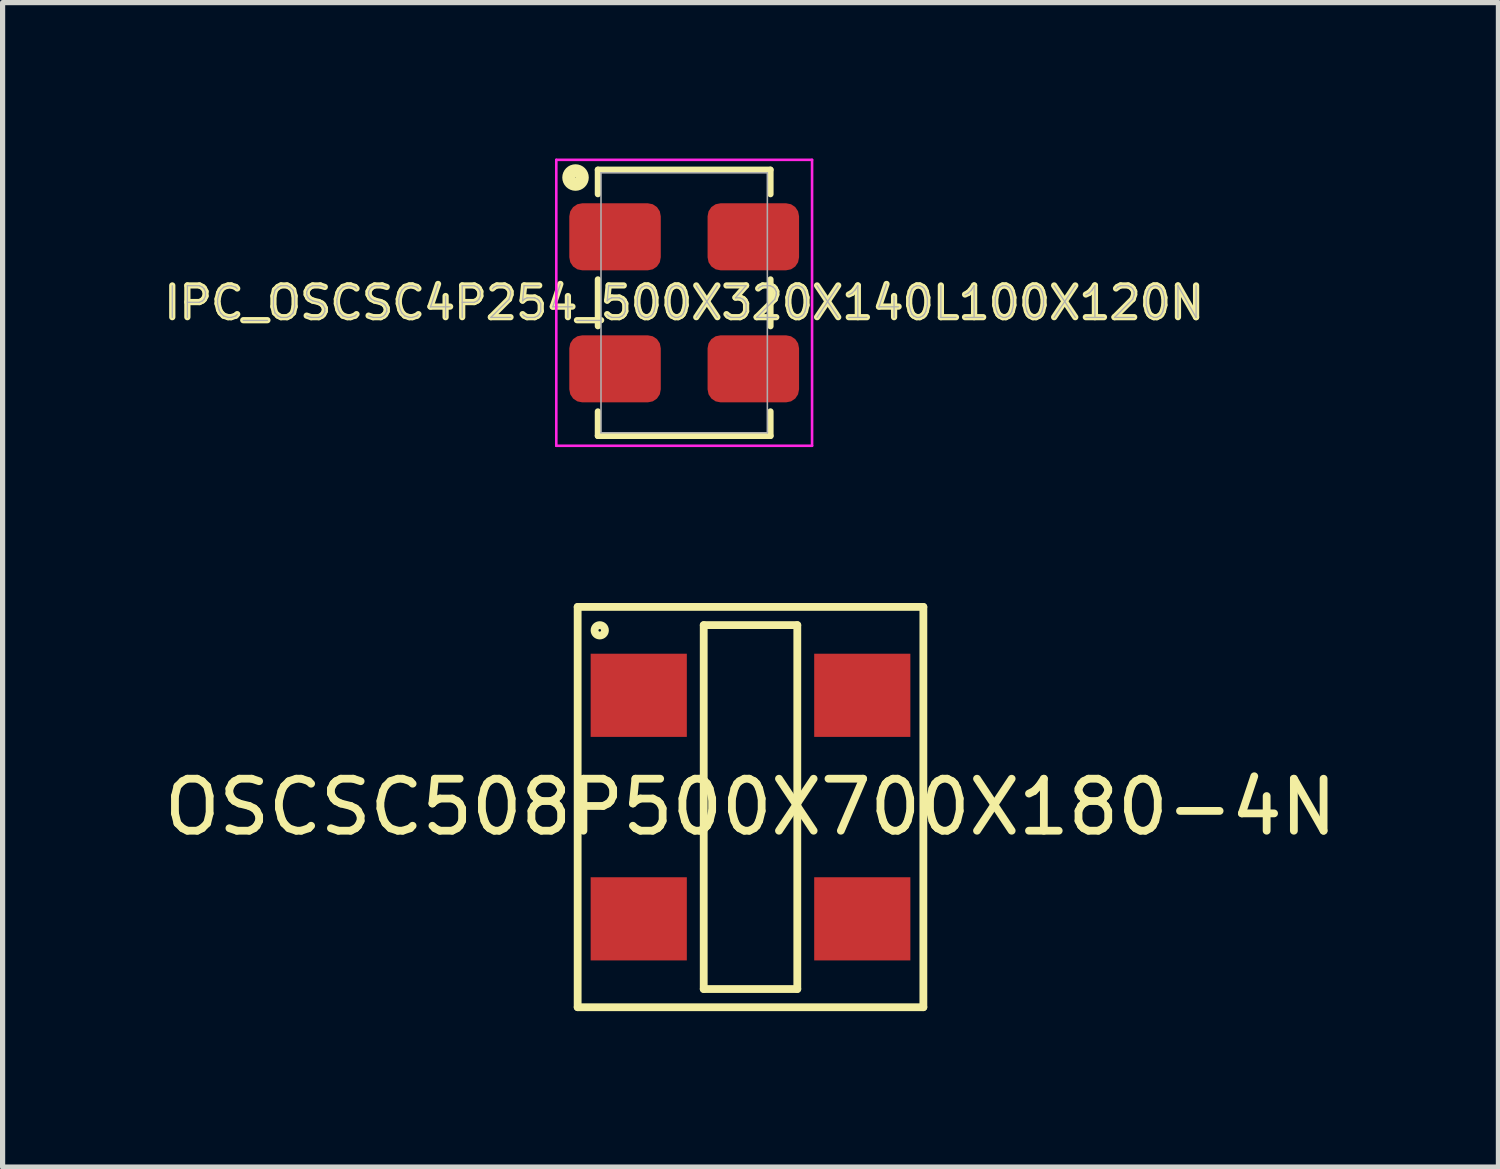
<source format=kicad_pcb>
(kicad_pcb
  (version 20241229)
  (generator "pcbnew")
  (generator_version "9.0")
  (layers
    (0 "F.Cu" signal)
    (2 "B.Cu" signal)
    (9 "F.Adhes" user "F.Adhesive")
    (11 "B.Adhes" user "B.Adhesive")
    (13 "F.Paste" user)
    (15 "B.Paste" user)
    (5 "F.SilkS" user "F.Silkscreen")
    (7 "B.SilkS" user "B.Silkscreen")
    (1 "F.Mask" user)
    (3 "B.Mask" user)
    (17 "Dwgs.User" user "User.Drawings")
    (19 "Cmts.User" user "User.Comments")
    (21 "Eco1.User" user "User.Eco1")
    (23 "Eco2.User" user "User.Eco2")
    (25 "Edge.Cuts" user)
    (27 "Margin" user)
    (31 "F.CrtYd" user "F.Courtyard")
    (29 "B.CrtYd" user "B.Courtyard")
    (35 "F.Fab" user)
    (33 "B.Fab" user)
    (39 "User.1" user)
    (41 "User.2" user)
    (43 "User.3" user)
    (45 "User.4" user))
  (footprint "IPC_OSCSC4P254_500X320X140L100X120N"
    (layer "F.Cu")
    (at 10.111 2.775)
    (property "Reference" "IPC_OSCSC4P254_500X320X140L100X120N" (at 0 0 0) (layer "F.SilkS") (effects (font (size 0.61 0.61) (thickness 0.12))))
    (attr smd)
    (fp_line (start -1.66 -2.56) (end -1.66 -2.09) (stroke (width 0.12) (type solid)) (layer "F.SilkS"))
    (fp_line (start -1.66 -0.45) (end -1.66 0.45) (stroke (width 0.12) (type solid)) (layer "F.SilkS"))
    (fp_line (start -1.66 2.09) (end -1.66 2.56) (stroke (width 0.12) (type solid)) (layer "F.SilkS"))
    (fp_line (start -1.66 2.56) (end 1.66 2.56) (stroke (width 0.12) (type solid)) (layer "F.SilkS"))
    (fp_line (start 1.66 -2.56) (end -1.66 -2.56) (stroke (width 0.12) (type solid)) (layer "F.SilkS"))
    (fp_line (start 1.66 -2.09) (end 1.66 -2.56) (stroke (width 0.12) (type solid)) (layer "F.SilkS"))
    (fp_line (start 1.66 0.45) (end 1.66 -0.45) (stroke (width 0.12) (type solid)) (layer "F.SilkS"))
    (fp_line (start 1.66 2.56) (end 1.66 2.09) (stroke (width 0.12) (type solid)) (layer "F.SilkS"))
    (fp_circle (center -2.09 -2.41) (end -1.96 -2.41) (stroke (width 0.25) (type solid)) (fill no) (layer "F.SilkS"))
    (fp_line (start -2.46 -2.75) (end 2.46 -2.75) (stroke (width 0.05) (type solid)) (layer "F.CrtYd"))
    (fp_line (start -2.46 2.75) (end -2.46 -2.75) (stroke (width 0.05) (type solid)) (layer "F.CrtYd"))
    (fp_line (start 2.46 -2.75) (end 2.46 2.75) (stroke (width 0.05) (type solid)) (layer "F.CrtYd"))
    (fp_line (start 2.46 2.75) (end -2.46 2.75) (stroke (width 0.05) (type solid)) (layer "F.CrtYd"))
    (fp_line (start -1.6 -2.5) (end 1.6 -2.5) (stroke (width 0.03) (type solid)) (layer "F.Fab"))
    (fp_line (start -1.6 2.5) (end -1.6 -2.5) (stroke (width 0.03) (type solid)) (layer "F.Fab"))
    (fp_line (start 1.6 -2.5) (end 1.6 2.5) (stroke (width 0.03) (type solid)) (layer "F.Fab"))
    (fp_line (start 1.6 2.5) (end -1.6 2.5) (stroke (width 0.03) (type solid)) (layer "F.Fab"))
    (fp_text user "${REFERENCE}" (at 0 0 0) (layer "F.Fab") (effects (font (size 0.61 0.61) (thickness 0.025))))
    (pad "1" smd roundrect (at -1.33 -1.27 270) (size 1.29 1.76) (layers "F.Cu" "F.Mask" "F.Paste") (roundrect_rratio 0.194))
    (pad "2" smd roundrect (at -1.33 1.27 270) (size 1.29 1.76) (layers "F.Cu" "F.Mask" "F.Paste") (roundrect_rratio 0.194))
    (pad "3" smd roundrect (at 1.33 1.27 90) (size 1.29 1.76) (layers "F.Cu" "F.Mask" "F.Paste") (roundrect_rratio 0.194))
    (pad "4" smd roundrect (at 1.33 -1.27 90) (size 1.29 1.76) (layers "F.Cu" "F.Mask" "F.Paste") (roundrect_rratio 0.194)))
  (footprint "OSCSC508P500X700X180-4N"
    (layer "F.Cu")
    (at 11.387 12.475)
    (property "Reference" "OSCSC508P500X700X180-4N" (at 0 0 0) (layer "F.SilkS") (effects (font (size 1 1) (thickness 0.15))))
    (attr through_hole)
    (fp_line (start -3.325 -3.85) (end 3.325 -3.85) (stroke (width 0.15) (type solid)) (layer "F.SilkS"))
    (fp_line (start -3.325 3.85) (end -3.325 -3.85) (stroke (width 0.15) (type solid)) (layer "F.SilkS"))
    (fp_line (start -0.9 -3.5) (end 0.9 -3.5) (stroke (width 0.15) (type solid)) (layer "F.SilkS"))
    (fp_line (start -0.9 3.5) (end -0.9 -3.5) (stroke (width 0.15) (type solid)) (layer "F.SilkS"))
    (fp_line (start 0.9 -3.5) (end 0.9 3.5) (stroke (width 0.15) (type solid)) (layer "F.SilkS"))
    (fp_line (start 0.9 3.5) (end -0.9 3.5) (stroke (width 0.15) (type solid)) (layer "F.SilkS"))
    (fp_line (start 3.325 -3.85) (end 3.325 3.85) (stroke (width 0.15) (type solid)) (layer "F.SilkS"))
    (fp_line (start 3.325 3.85) (end -3.325 3.85) (stroke (width 0.15) (type solid)) (layer "F.SilkS"))
    (fp_circle (center -2.9 -3.4) (end -2.8 -3.4) (stroke (width 0.15) (type solid)) (fill no) (layer "F.SilkS"))
    (pad "1" smd rect (at -2.15 -2.15) (size 1.85 1.6) (layers "F.Cu" "F.Mask" "F.Paste"))
    (pad "2" smd rect (at -2.15 2.15) (size 1.85 1.6) (layers "F.Cu" "F.Mask" "F.Paste"))
    (pad "3" smd rect (at 2.15 2.15) (size 1.85 1.6) (layers "F.Cu" "F.Mask" "F.Paste"))
    (pad "4" smd rect (at 2.15 -2.15) (size 1.85 1.6) (layers "F.Cu" "F.Mask" "F.Paste")))
  (gr_rect
    (start -3 -3)
    (end 25.774 19.4)
    (stroke (width 0.1) (type default))
    (fill no)
    (layer "Edge.Cuts")))
</source>
